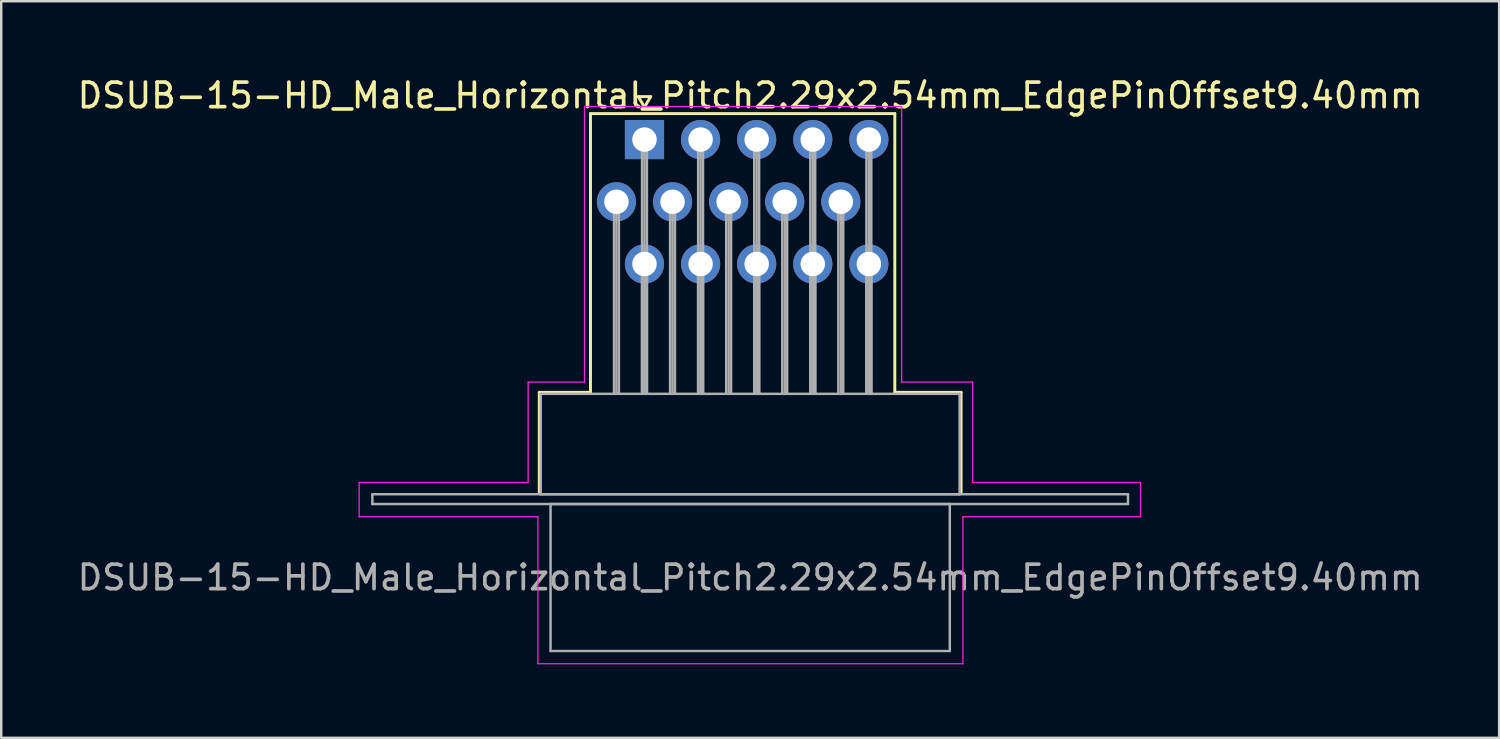
<source format=kicad_pcb>
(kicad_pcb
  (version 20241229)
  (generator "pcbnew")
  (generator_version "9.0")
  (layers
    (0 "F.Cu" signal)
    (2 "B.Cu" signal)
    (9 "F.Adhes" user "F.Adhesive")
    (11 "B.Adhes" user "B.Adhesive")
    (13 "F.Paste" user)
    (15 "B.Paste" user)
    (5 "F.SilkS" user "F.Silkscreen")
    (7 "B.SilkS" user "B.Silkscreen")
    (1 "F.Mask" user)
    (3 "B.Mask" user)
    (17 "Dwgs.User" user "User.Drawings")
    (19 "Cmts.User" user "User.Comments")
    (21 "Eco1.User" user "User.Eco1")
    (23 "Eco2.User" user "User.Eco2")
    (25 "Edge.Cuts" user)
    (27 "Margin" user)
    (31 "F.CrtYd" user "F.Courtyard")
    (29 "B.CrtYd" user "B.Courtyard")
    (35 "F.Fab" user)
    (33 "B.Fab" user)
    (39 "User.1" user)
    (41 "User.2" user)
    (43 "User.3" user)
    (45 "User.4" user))
  (footprint "DSUB-15-HD_Male_Horizontal_Pitch2.29x2.54mm_EdgePinOffset9.40mm"
    (layer "F.Cu")
    (at 23.262 2.648)
    (property "Reference" "DSUB-15-HD_Male_Horizontal_Pitch2.29x2.54mm_EdgePinOffset9.40mm" (at 4.315 -1.8 0) (layer "F.SilkS") (effects (font (size 1 1) (thickness 0.15))))
    (attr through_hole)
    (fp_line (start -4.295 10.32) (end -2.205 10.32) (stroke (width 0.12) (type solid)) (layer "F.SilkS"))
    (fp_line (start -4.295 14.42) (end -4.295 10.32) (stroke (width 0.12) (type solid)) (layer "F.SilkS"))
    (fp_line (start -2.205 -1.06) (end 10.22 -1.06) (stroke (width 0.12) (type solid)) (layer "F.SilkS"))
    (fp_line (start -2.205 10.32) (end -2.205 -1.06) (stroke (width 0.12) (type solid)) (layer "F.SilkS"))
    (fp_line (start -0.25 -1.754) (end 0.25 -1.754) (stroke (width 0.12) (type solid)) (layer "F.SilkS"))
    (fp_line (start 0 -1.321) (end -0.25 -1.754) (stroke (width 0.12) (type solid)) (layer "F.SilkS"))
    (fp_line (start 0.25 -1.754) (end 0 -1.321) (stroke (width 0.12) (type solid)) (layer "F.SilkS"))
    (fp_line (start 10.22 -1.06) (end 10.22 10.32) (stroke (width 0.12) (type solid)) (layer "F.SilkS"))
    (fp_line (start 10.22 10.32) (end 12.925 10.32) (stroke (width 0.12) (type solid)) (layer "F.SilkS"))
    (fp_line (start 12.925 10.32) (end 12.925 14.42) (stroke (width 0.12) (type solid)) (layer "F.SilkS"))
    (fp_line (start -11.65 14) (end -4.75 14) (stroke (width 0.05) (type solid)) (layer "F.CrtYd"))
    (fp_line (start -11.65 15.4) (end -11.65 14) (stroke (width 0.05) (type solid)) (layer "F.CrtYd"))
    (fp_line (start -4.75 9.9) (end -2.45 9.9) (stroke (width 0.05) (type solid)) (layer "F.CrtYd"))
    (fp_line (start -4.75 14) (end -4.75 9.9) (stroke (width 0.05) (type solid)) (layer "F.CrtYd"))
    (fp_line (start -4.35 15.4) (end -11.65 15.4) (stroke (width 0.05) (type solid)) (layer "F.CrtYd"))
    (fp_line (start -4.35 21.4) (end -4.35 15.4) (stroke (width 0.05) (type solid)) (layer "F.CrtYd"))
    (fp_line (start -2.45 -1.35) (end 10.5 -1.35) (stroke (width 0.05) (type solid)) (layer "F.CrtYd"))
    (fp_line (start -2.45 9.9) (end -2.45 -1.35) (stroke (width 0.05) (type solid)) (layer "F.CrtYd"))
    (fp_line (start 10.5 -1.35) (end 10.5 9.9) (stroke (width 0.05) (type solid)) (layer "F.CrtYd"))
    (fp_line (start 10.5 9.9) (end 13.4 9.9) (stroke (width 0.05) (type solid)) (layer "F.CrtYd"))
    (fp_line (start 13 15.4) (end 13 21.4) (stroke (width 0.05) (type solid)) (layer "F.CrtYd"))
    (fp_line (start 13 21.4) (end -4.35 21.4) (stroke (width 0.05) (type solid)) (layer "F.CrtYd"))
    (fp_line (start 13.4 9.9) (end 13.4 14) (stroke (width 0.05) (type solid)) (layer "F.CrtYd"))
    (fp_line (start 13.4 14) (end 20.25 14) (stroke (width 0.05) (type solid)) (layer "F.CrtYd"))
    (fp_line (start 20.25 14) (end 20.25 15.4) (stroke (width 0.05) (type solid)) (layer "F.CrtYd"))
    (fp_line (start 20.25 15.4) (end 13 15.4) (stroke (width 0.05) (type solid)) (layer "F.CrtYd"))
    (fp_line (start -11.11 14.48) (end -11.11 14.88) (stroke (width 0.1) (type solid)) (layer "F.Fab"))
    (fp_line (start -11.11 14.88) (end 19.74 14.88) (stroke (width 0.1) (type solid)) (layer "F.Fab"))
    (fp_line (start -4.235 10.38) (end -4.235 14.48) (stroke (width 0.1) (type solid)) (layer "F.Fab"))
    (fp_line (start -4.235 14.48) (end 12.865 14.48) (stroke (width 0.1) (type solid)) (layer "F.Fab"))
    (fp_line (start -3.835 14.88) (end -3.835 20.88) (stroke (width 0.1) (type solid)) (layer "F.Fab"))
    (fp_line (start -3.835 20.88) (end 12.465 20.88) (stroke (width 0.1) (type solid)) (layer "F.Fab"))
    (fp_line (start -1.245 2.54) (end -1.245 10.38) (stroke (width 0.1) (type solid)) (layer "F.Fab"))
    (fp_line (start -1.145 2.54) (end -1.145 10.38) (stroke (width 0.1) (type solid)) (layer "F.Fab"))
    (fp_line (start -1.045 2.54) (end -1.045 10.38) (stroke (width 0.1) (type solid)) (layer "F.Fab"))
    (fp_line (start -0.1 0) (end -0.1 10.38) (stroke (width 0.1) (type solid)) (layer "F.Fab"))
    (fp_line (start -0.1 5.08) (end -0.1 10.38) (stroke (width 0.1) (type solid)) (layer "F.Fab"))
    (fp_line (start 0 0) (end 0 10.38) (stroke (width 0.1) (type solid)) (layer "F.Fab"))
    (fp_line (start 0 5.08) (end 0 10.38) (stroke (width 0.1) (type solid)) (layer "F.Fab"))
    (fp_line (start 0.1 0) (end 0.1 10.38) (stroke (width 0.1) (type solid)) (layer "F.Fab"))
    (fp_line (start 0.1 5.08) (end 0.1 10.38) (stroke (width 0.1) (type solid)) (layer "F.Fab"))
    (fp_line (start 1.045 2.54) (end 1.045 10.38) (stroke (width 0.1) (type solid)) (layer "F.Fab"))
    (fp_line (start 1.145 2.54) (end 1.145 10.38) (stroke (width 0.1) (type solid)) (layer "F.Fab"))
    (fp_line (start 1.245 2.54) (end 1.245 10.38) (stroke (width 0.1) (type solid)) (layer "F.Fab"))
    (fp_line (start 2.19 0) (end 2.19 10.38) (stroke (width 0.1) (type solid)) (layer "F.Fab"))
    (fp_line (start 2.19 5.08) (end 2.19 10.38) (stroke (width 0.1) (type solid)) (layer "F.Fab"))
    (fp_line (start 2.29 0) (end 2.29 10.38) (stroke (width 0.1) (type solid)) (layer "F.Fab"))
    (fp_line (start 2.29 5.08) (end 2.29 10.38) (stroke (width 0.1) (type solid)) (layer "F.Fab"))
    (fp_line (start 2.39 0) (end 2.39 10.38) (stroke (width 0.1) (type solid)) (layer "F.Fab"))
    (fp_line (start 2.39 5.08) (end 2.39 10.38) (stroke (width 0.1) (type solid)) (layer "F.Fab"))
    (fp_line (start 3.335 2.54) (end 3.335 10.38) (stroke (width 0.1) (type solid)) (layer "F.Fab"))
    (fp_line (start 3.435 2.54) (end 3.435 10.38) (stroke (width 0.1) (type solid)) (layer "F.Fab"))
    (fp_line (start 3.535 2.54) (end 3.535 10.38) (stroke (width 0.1) (type solid)) (layer "F.Fab"))
    (fp_line (start 4.48 0) (end 4.48 10.38) (stroke (width 0.1) (type solid)) (layer "F.Fab"))
    (fp_line (start 4.48 5.08) (end 4.48 10.38) (stroke (width 0.1) (type solid)) (layer "F.Fab"))
    (fp_line (start 4.58 0) (end 4.58 10.38) (stroke (width 0.1) (type solid)) (layer "F.Fab"))
    (fp_line (start 4.58 5.08) (end 4.58 10.38) (stroke (width 0.1) (type solid)) (layer "F.Fab"))
    (fp_line (start 4.68 0) (end 4.68 10.38) (stroke (width 0.1) (type solid)) (layer "F.Fab"))
    (fp_line (start 4.68 5.08) (end 4.68 10.38) (stroke (width 0.1) (type solid)) (layer "F.Fab"))
    (fp_line (start 5.625 2.54) (end 5.625 10.38) (stroke (width 0.1) (type solid)) (layer "F.Fab"))
    (fp_line (start 5.725 2.54) (end 5.725 10.38) (stroke (width 0.1) (type solid)) (layer "F.Fab"))
    (fp_line (start 5.825 2.54) (end 5.825 10.38) (stroke (width 0.1) (type solid)) (layer "F.Fab"))
    (fp_line (start 6.77 0) (end 6.77 10.38) (stroke (width 0.1) (type solid)) (layer "F.Fab"))
    (fp_line (start 6.77 5.08) (end 6.77 10.38) (stroke (width 0.1) (type solid)) (layer "F.Fab"))
    (fp_line (start 6.87 0) (end 6.87 10.38) (stroke (width 0.1) (type solid)) (layer "F.Fab"))
    (fp_line (start 6.87 5.08) (end 6.87 10.38) (stroke (width 0.1) (type solid)) (layer "F.Fab"))
    (fp_line (start 6.97 0) (end 6.97 10.38) (stroke (width 0.1) (type solid)) (layer "F.Fab"))
    (fp_line (start 6.97 5.08) (end 6.97 10.38) (stroke (width 0.1) (type solid)) (layer "F.Fab"))
    (fp_line (start 7.915 2.54) (end 7.915 10.38) (stroke (width 0.1) (type solid)) (layer "F.Fab"))
    (fp_line (start 8.015 2.54) (end 8.015 10.38) (stroke (width 0.1) (type solid)) (layer "F.Fab"))
    (fp_line (start 8.115 2.54) (end 8.115 10.38) (stroke (width 0.1) (type solid)) (layer "F.Fab"))
    (fp_line (start 9.06 0) (end 9.06 10.38) (stroke (width 0.1) (type solid)) (layer "F.Fab"))
    (fp_line (start 9.06 5.08) (end 9.06 10.38) (stroke (width 0.1) (type solid)) (layer "F.Fab"))
    (fp_line (start 9.16 0) (end 9.16 10.38) (stroke (width 0.1) (type solid)) (layer "F.Fab"))
    (fp_line (start 9.16 5.08) (end 9.16 10.38) (stroke (width 0.1) (type solid)) (layer "F.Fab"))
    (fp_line (start 9.26 0) (end 9.26 10.38) (stroke (width 0.1) (type solid)) (layer "F.Fab"))
    (fp_line (start 9.26 5.08) (end 9.26 10.38) (stroke (width 0.1) (type solid)) (layer "F.Fab"))
    (fp_line (start 12.465 14.88) (end -3.835 14.88) (stroke (width 0.1) (type solid)) (layer "F.Fab"))
    (fp_line (start 12.465 20.88) (end 12.465 14.88) (stroke (width 0.1) (type solid)) (layer "F.Fab"))
    (fp_line (start 12.865 10.38) (end -4.235 10.38) (stroke (width 0.1) (type solid)) (layer "F.Fab"))
    (fp_line (start 12.865 14.48) (end 12.865 10.38) (stroke (width 0.1) (type solid)) (layer "F.Fab"))
    (fp_line (start 19.74 14.48) (end -11.11 14.48) (stroke (width 0.1) (type solid)) (layer "F.Fab"))
    (fp_line (start 19.74 14.88) (end 19.74 14.48) (stroke (width 0.1) (type solid)) (layer "F.Fab"))
    (fp_text user "${REFERENCE}" (at 4.315 17.88 0) (layer "F.Fab") (effects (font (size 1 1) (thickness 0.15))))
    (pad "1" thru_hole rect (at 0 0) (size 1.6 1.6) (drill 1) (layers "*.Cu" "*.Mask"))
    (pad "2" thru_hole circle (at 2.29 0) (size 1.6 1.6) (drill 1) (layers "*.Cu" "*.Mask"))
    (pad "3" thru_hole circle (at 4.58 0) (size 1.6 1.6) (drill 1) (layers "*.Cu" "*.Mask"))
    (pad "4" thru_hole circle (at 6.87 0) (size 1.6 1.6) (drill 1) (layers "*.Cu" "*.Mask"))
    (pad "5" thru_hole circle (at 9.16 0) (size 1.6 1.6) (drill 1) (layers "*.Cu" "*.Mask"))
    (pad "6" thru_hole circle (at -1.145 2.54) (size 1.6 1.6) (drill 1) (layers "*.Cu" "*.Mask"))
    (pad "7" thru_hole circle (at 1.145 2.54) (size 1.6 1.6) (drill 1) (layers "*.Cu" "*.Mask"))
    (pad "8" thru_hole circle (at 3.435 2.54) (size 1.6 1.6) (drill 1) (layers "*.Cu" "*.Mask"))
    (pad "9" thru_hole circle (at 5.725 2.54) (size 1.6 1.6) (drill 1) (layers "*.Cu" "*.Mask"))
    (pad "10" thru_hole circle (at 8.015 2.54) (size 1.6 1.6) (drill 1) (layers "*.Cu" "*.Mask"))
    (pad "11" thru_hole circle (at 0 5.08) (size 1.6 1.6) (drill 1) (layers "*.Cu" "*.Mask"))
    (pad "12" thru_hole circle (at 2.29 5.08) (size 1.6 1.6) (drill 1) (layers "*.Cu" "*.Mask"))
    (pad "13" thru_hole circle (at 4.58 5.08) (size 1.6 1.6) (drill 1) (layers "*.Cu" "*.Mask"))
    (pad "14" thru_hole circle (at 6.87 5.08) (size 1.6 1.6) (drill 1) (layers "*.Cu" "*.Mask"))
    (pad "15" thru_hole circle (at 9.16 5.08) (size 1.6 1.6) (drill 1) (layers "*.Cu" "*.Mask")))
  (gr_rect
    (start -3 -3)
    (end 58.155 27.073)
    (stroke (width 0.1) (type default))
    (fill no)
    (layer "Edge.Cuts")))
</source>
